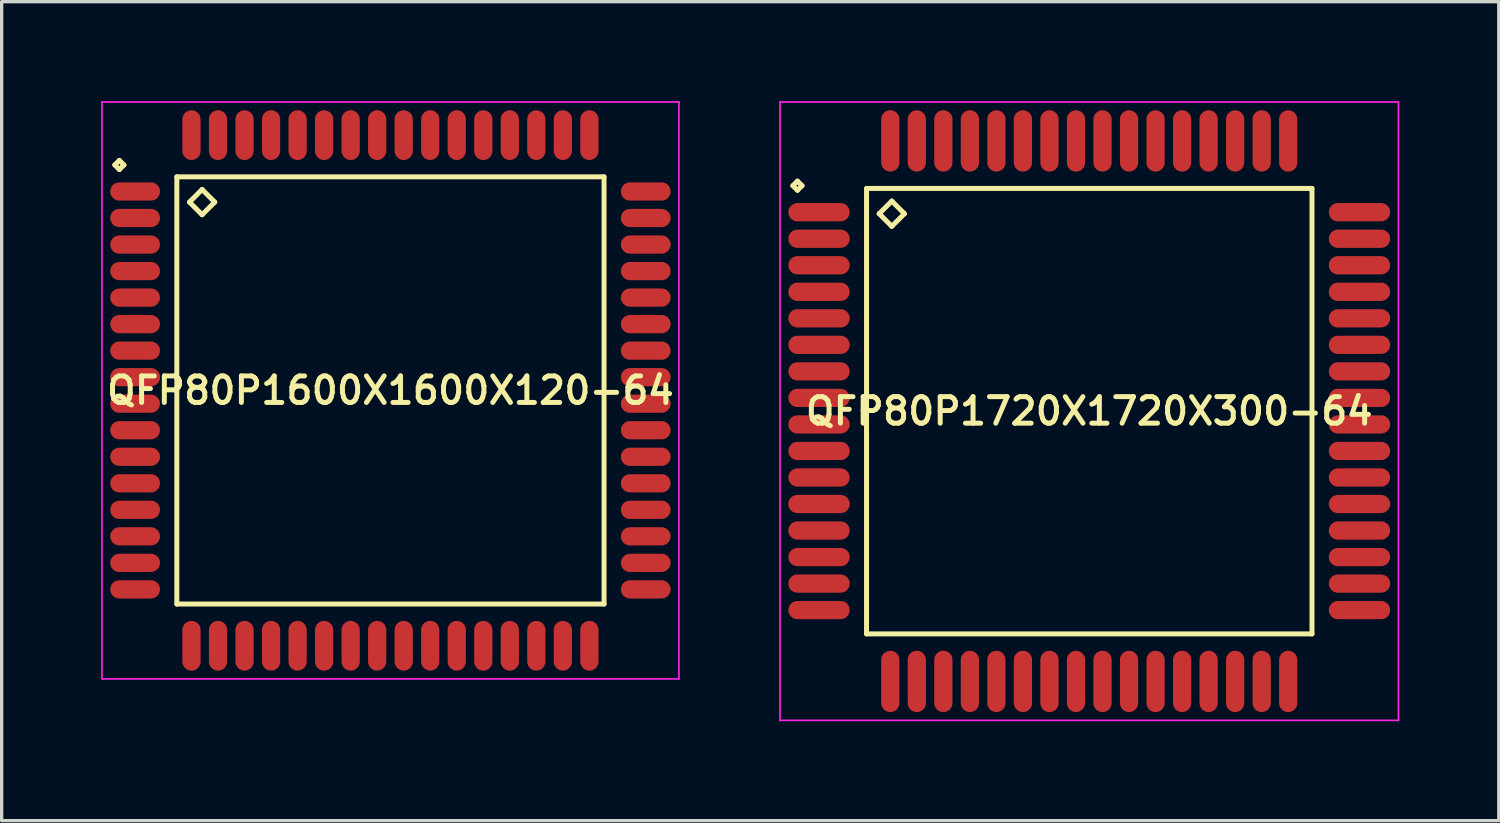
<source format=kicad_pcb>
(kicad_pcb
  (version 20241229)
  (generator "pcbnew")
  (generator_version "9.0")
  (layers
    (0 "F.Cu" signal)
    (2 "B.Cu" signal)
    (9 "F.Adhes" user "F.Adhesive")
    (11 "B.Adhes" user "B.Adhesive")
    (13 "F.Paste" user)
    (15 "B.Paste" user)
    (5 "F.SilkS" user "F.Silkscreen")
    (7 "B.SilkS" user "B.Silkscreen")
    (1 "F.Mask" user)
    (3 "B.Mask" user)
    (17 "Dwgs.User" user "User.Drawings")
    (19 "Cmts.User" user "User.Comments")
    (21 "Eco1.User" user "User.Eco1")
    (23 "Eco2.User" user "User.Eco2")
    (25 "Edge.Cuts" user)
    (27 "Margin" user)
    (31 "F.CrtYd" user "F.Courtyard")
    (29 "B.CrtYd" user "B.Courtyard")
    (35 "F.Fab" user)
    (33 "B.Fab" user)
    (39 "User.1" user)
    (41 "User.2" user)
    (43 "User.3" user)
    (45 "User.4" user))
  (footprint "QFP80P1720X1720X300-64"
    (layer "F.Cu")
    (at 29.8 9.35)
    (property "Reference" "QFP80P1720X1720X300-64" (at 0 0 0) (layer "F.SilkS") (effects (font (size 0.8 0.8) (thickness 0.15))))
    (attr smd)
    (fp_line (start -8.938 -6.8) (end -8.8 -6.938) (stroke (width 0.15) (type solid)) (layer "F.SilkS"))
    (fp_line (start -8.8 -6.938) (end -8.662 -6.8) (stroke (width 0.15) (type solid)) (layer "F.SilkS"))
    (fp_line (start -8.8 -6.662) (end -8.938 -6.8) (stroke (width 0.15) (type solid)) (layer "F.SilkS"))
    (fp_line (start -8.662 -6.8) (end -8.8 -6.662) (stroke (width 0.15) (type solid)) (layer "F.SilkS"))
    (fp_line (start -6.717 -6.717) (end -6.717 6.717) (stroke (width 0.15) (type solid)) (layer "F.SilkS"))
    (fp_line (start -6.717 6.717) (end 6.717 6.717) (stroke (width 0.15) (type solid)) (layer "F.SilkS"))
    (fp_line (start -6.336 -5.955) (end -5.955 -6.336) (stroke (width 0.15) (type solid)) (layer "F.SilkS"))
    (fp_line (start -5.955 -6.336) (end -5.574 -5.955) (stroke (width 0.15) (type solid)) (layer "F.SilkS"))
    (fp_line (start -5.955 -5.574) (end -6.336 -5.955) (stroke (width 0.15) (type solid)) (layer "F.SilkS"))
    (fp_line (start -5.574 -5.955) (end -5.955 -5.574) (stroke (width 0.15) (type solid)) (layer "F.SilkS"))
    (fp_line (start 6.717 -6.717) (end -6.717 -6.717) (stroke (width 0.15) (type solid)) (layer "F.SilkS"))
    (fp_line (start 6.717 6.717) (end 6.717 -6.717) (stroke (width 0.15) (type solid)) (layer "F.SilkS"))
    (fp_line (start -9.325 -9.325) (end 9.325 -9.325) (stroke (width 0.05) (type solid)) (layer "F.CrtYd"))
    (fp_line (start -9.325 9.325) (end -9.325 -9.325) (stroke (width 0.05) (type solid)) (layer "F.CrtYd"))
    (fp_line (start 9.325 -9.325) (end 9.325 9.325) (stroke (width 0.05) (type solid)) (layer "F.CrtYd"))
    (fp_line (start 9.325 9.325) (end -9.325 9.325) (stroke (width 0.05) (type solid)) (layer "F.CrtYd"))
    (pad "1" smd oval (at -8.15 -6) (size 1.85 0.55) (layers "F.Cu" "F.Mask" "F.Paste"))
    (pad "2" smd oval (at -8.15 -5.2) (size 1.85 0.55) (layers "F.Cu" "F.Mask" "F.Paste"))
    (pad "3" smd oval (at -8.15 -4.4) (size 1.85 0.55) (layers "F.Cu" "F.Mask" "F.Paste"))
    (pad "4" smd oval (at -8.15 -3.6) (size 1.85 0.55) (layers "F.Cu" "F.Mask" "F.Paste"))
    (pad "5" smd oval (at -8.15 -2.8) (size 1.85 0.55) (layers "F.Cu" "F.Mask" "F.Paste"))
    (pad "6" smd oval (at -8.15 -2) (size 1.85 0.55) (layers "F.Cu" "F.Mask" "F.Paste"))
    (pad "7" smd oval (at -8.15 -1.2) (size 1.85 0.55) (layers "F.Cu" "F.Mask" "F.Paste"))
    (pad "8" smd oval (at -8.15 -0.4) (size 1.85 0.55) (layers "F.Cu" "F.Mask" "F.Paste"))
    (pad "9" smd oval (at -8.15 0.4) (size 1.85 0.55) (layers "F.Cu" "F.Mask" "F.Paste"))
    (pad "10" smd oval (at -8.15 1.2) (size 1.85 0.55) (layers "F.Cu" "F.Mask" "F.Paste"))
    (pad "11" smd oval (at -8.15 2) (size 1.85 0.55) (layers "F.Cu" "F.Mask" "F.Paste"))
    (pad "12" smd oval (at -8.15 2.8) (size 1.85 0.55) (layers "F.Cu" "F.Mask" "F.Paste"))
    (pad "13" smd oval (at -8.15 3.6) (size 1.85 0.55) (layers "F.Cu" "F.Mask" "F.Paste"))
    (pad "14" smd oval (at -8.15 4.4) (size 1.85 0.55) (layers "F.Cu" "F.Mask" "F.Paste"))
    (pad "15" smd oval (at -8.15 5.2) (size 1.85 0.55) (layers "F.Cu" "F.Mask" "F.Paste"))
    (pad "16" smd oval (at -8.15 6) (size 1.85 0.55) (layers "F.Cu" "F.Mask" "F.Paste"))
    (pad "17" smd oval (at -6 8.15) (size 0.55 1.85) (layers "F.Cu" "F.Mask" "F.Paste"))
    (pad "18" smd oval (at -5.2 8.15) (size 0.55 1.85) (layers "F.Cu" "F.Mask" "F.Paste"))
    (pad "19" smd oval (at -4.4 8.15) (size 0.55 1.85) (layers "F.Cu" "F.Mask" "F.Paste"))
    (pad "20" smd oval (at -3.6 8.15) (size 0.55 1.85) (layers "F.Cu" "F.Mask" "F.Paste"))
    (pad "21" smd oval (at -2.8 8.15) (size 0.55 1.85) (layers "F.Cu" "F.Mask" "F.Paste"))
    (pad "22" smd oval (at -2 8.15) (size 0.55 1.85) (layers "F.Cu" "F.Mask" "F.Paste"))
    (pad "23" smd oval (at -1.2 8.15) (size 0.55 1.85) (layers "F.Cu" "F.Mask" "F.Paste"))
    (pad "24" smd oval (at -0.4 8.15) (size 0.55 1.85) (layers "F.Cu" "F.Mask" "F.Paste"))
    (pad "25" smd oval (at 0.4 8.15) (size 0.55 1.85) (layers "F.Cu" "F.Mask" "F.Paste"))
    (pad "26" smd oval (at 1.2 8.15) (size 0.55 1.85) (layers "F.Cu" "F.Mask" "F.Paste"))
    (pad "27" smd oval (at 2 8.15) (size 0.55 1.85) (layers "F.Cu" "F.Mask" "F.Paste"))
    (pad "28" smd oval (at 2.8 8.15) (size 0.55 1.85) (layers "F.Cu" "F.Mask" "F.Paste"))
    (pad "29" smd oval (at 3.6 8.15) (size 0.55 1.85) (layers "F.Cu" "F.Mask" "F.Paste"))
    (pad "30" smd oval (at 4.4 8.15) (size 0.55 1.85) (layers "F.Cu" "F.Mask" "F.Paste"))
    (pad "31" smd oval (at 5.2 8.15) (size 0.55 1.85) (layers "F.Cu" "F.Mask" "F.Paste"))
    (pad "32" smd oval (at 6 8.15) (size 0.55 1.85) (layers "F.Cu" "F.Mask" "F.Paste"))
    (pad "33" smd oval (at 8.15 6) (size 1.85 0.55) (layers "F.Cu" "F.Mask" "F.Paste"))
    (pad "34" smd oval (at 8.15 5.2) (size 1.85 0.55) (layers "F.Cu" "F.Mask" "F.Paste"))
    (pad "35" smd oval (at 8.15 4.4) (size 1.85 0.55) (layers "F.Cu" "F.Mask" "F.Paste"))
    (pad "36" smd oval (at 8.15 3.6) (size 1.85 0.55) (layers "F.Cu" "F.Mask" "F.Paste"))
    (pad "37" smd oval (at 8.15 2.8) (size 1.85 0.55) (layers "F.Cu" "F.Mask" "F.Paste"))
    (pad "38" smd oval (at 8.15 2) (size 1.85 0.55) (layers "F.Cu" "F.Mask" "F.Paste"))
    (pad "39" smd oval (at 8.15 1.2) (size 1.85 0.55) (layers "F.Cu" "F.Mask" "F.Paste"))
    (pad "40" smd oval (at 8.15 0.4) (size 1.85 0.55) (layers "F.Cu" "F.Mask" "F.Paste"))
    (pad "41" smd oval (at 8.15 -0.4) (size 1.85 0.55) (layers "F.Cu" "F.Mask" "F.Paste"))
    (pad "42" smd oval (at 8.15 -1.2) (size 1.85 0.55) (layers "F.Cu" "F.Mask" "F.Paste"))
    (pad "43" smd oval (at 8.15 -2) (size 1.85 0.55) (layers "F.Cu" "F.Mask" "F.Paste"))
    (pad "44" smd oval (at 8.15 -2.8) (size 1.85 0.55) (layers "F.Cu" "F.Mask" "F.Paste"))
    (pad "45" smd oval (at 8.15 -3.6) (size 1.85 0.55) (layers "F.Cu" "F.Mask" "F.Paste"))
    (pad "46" smd oval (at 8.15 -4.4) (size 1.85 0.55) (layers "F.Cu" "F.Mask" "F.Paste"))
    (pad "47" smd oval (at 8.15 -5.2) (size 1.85 0.55) (layers "F.Cu" "F.Mask" "F.Paste"))
    (pad "48" smd oval (at 8.15 -6) (size 1.85 0.55) (layers "F.Cu" "F.Mask" "F.Paste"))
    (pad "49" smd oval (at 6 -8.15) (size 0.55 1.85) (layers "F.Cu" "F.Mask" "F.Paste"))
    (pad "50" smd oval (at 5.2 -8.15) (size 0.55 1.85) (layers "F.Cu" "F.Mask" "F.Paste"))
    (pad "51" smd oval (at 4.4 -8.15) (size 0.55 1.85) (layers "F.Cu" "F.Mask" "F.Paste"))
    (pad "52" smd oval (at 3.6 -8.15) (size 0.55 1.85) (layers "F.Cu" "F.Mask" "F.Paste"))
    (pad "53" smd oval (at 2.8 -8.15) (size 0.55 1.85) (layers "F.Cu" "F.Mask" "F.Paste"))
    (pad "54" smd oval (at 2 -8.15) (size 0.55 1.85) (layers "F.Cu" "F.Mask" "F.Paste"))
    (pad "55" smd oval (at 1.2 -8.15) (size 0.55 1.85) (layers "F.Cu" "F.Mask" "F.Paste"))
    (pad "56" smd oval (at 0.4 -8.15) (size 0.55 1.85) (layers "F.Cu" "F.Mask" "F.Paste"))
    (pad "57" smd oval (at -0.4 -8.15) (size 0.55 1.85) (layers "F.Cu" "F.Mask" "F.Paste"))
    (pad "58" smd oval (at -1.2 -8.15) (size 0.55 1.85) (layers "F.Cu" "F.Mask" "F.Paste"))
    (pad "59" smd oval (at -2 -8.15) (size 0.55 1.85) (layers "F.Cu" "F.Mask" "F.Paste"))
    (pad "60" smd oval (at -2.8 -8.15) (size 0.55 1.85) (layers "F.Cu" "F.Mask" "F.Paste"))
    (pad "61" smd oval (at -3.6 -8.15) (size 0.55 1.85) (layers "F.Cu" "F.Mask" "F.Paste"))
    (pad "62" smd oval (at -4.4 -8.15) (size 0.55 1.85) (layers "F.Cu" "F.Mask" "F.Paste"))
    (pad "63" smd oval (at -5.2 -8.15) (size 0.55 1.85) (layers "F.Cu" "F.Mask" "F.Paste"))
    (pad "64" smd oval (at -6 -8.15) (size 0.55 1.85) (layers "F.Cu" "F.Mask" "F.Paste")))
  (footprint "QFP80P1600X1600X120-64"
    (layer "F.Cu")
    (at 8.725 8.725)
    (property "Reference" "QFP80P1600X1600X120-64" (at 0 0 0) (layer "F.SilkS") (effects (font (size 0.8 0.8) (thickness 0.15))))
    (attr smd)
    (fp_line (start -8.312 -6.8) (end -8.175 -6.938) (stroke (width 0.15) (type solid)) (layer "F.SilkS"))
    (fp_line (start -8.175 -6.938) (end -8.037 -6.8) (stroke (width 0.15) (type solid)) (layer "F.SilkS"))
    (fp_line (start -8.175 -6.662) (end -8.312 -6.8) (stroke (width 0.15) (type solid)) (layer "F.SilkS"))
    (fp_line (start -8.037 -6.8) (end -8.175 -6.662) (stroke (width 0.15) (type solid)) (layer "F.SilkS"))
    (fp_line (start -6.442 -6.442) (end -6.442 6.442) (stroke (width 0.15) (type solid)) (layer "F.SilkS"))
    (fp_line (start -6.442 6.442) (end 6.442 6.442) (stroke (width 0.15) (type solid)) (layer "F.SilkS"))
    (fp_line (start -6.061 -5.68) (end -5.68 -6.061) (stroke (width 0.15) (type solid)) (layer "F.SilkS"))
    (fp_line (start -5.68 -6.061) (end -5.299 -5.68) (stroke (width 0.15) (type solid)) (layer "F.SilkS"))
    (fp_line (start -5.68 -5.299) (end -6.061 -5.68) (stroke (width 0.15) (type solid)) (layer "F.SilkS"))
    (fp_line (start -5.299 -5.68) (end -5.68 -5.299) (stroke (width 0.15) (type solid)) (layer "F.SilkS"))
    (fp_line (start 6.442 -6.442) (end -6.442 -6.442) (stroke (width 0.15) (type solid)) (layer "F.SilkS"))
    (fp_line (start 6.442 6.442) (end 6.442 -6.442) (stroke (width 0.15) (type solid)) (layer "F.SilkS"))
    (fp_line (start -8.7 -8.7) (end 8.7 -8.7) (stroke (width 0.05) (type solid)) (layer "F.CrtYd"))
    (fp_line (start -8.7 8.7) (end -8.7 -8.7) (stroke (width 0.05) (type solid)) (layer "F.CrtYd"))
    (fp_line (start 8.7 -8.7) (end 8.7 8.7) (stroke (width 0.05) (type solid)) (layer "F.CrtYd"))
    (fp_line (start 8.7 8.7) (end -8.7 8.7) (stroke (width 0.05) (type solid)) (layer "F.CrtYd"))
    (pad "1" smd oval (at -7.7 -6) (size 1.5 0.55) (layers "F.Cu" "F.Mask" "F.Paste"))
    (pad "2" smd oval (at -7.7 -5.2) (size 1.5 0.55) (layers "F.Cu" "F.Mask" "F.Paste"))
    (pad "3" smd oval (at -7.7 -4.4) (size 1.5 0.55) (layers "F.Cu" "F.Mask" "F.Paste"))
    (pad "4" smd oval (at -7.7 -3.6) (size 1.5 0.55) (layers "F.Cu" "F.Mask" "F.Paste"))
    (pad "5" smd oval (at -7.7 -2.8) (size 1.5 0.55) (layers "F.Cu" "F.Mask" "F.Paste"))
    (pad "6" smd oval (at -7.7 -2) (size 1.5 0.55) (layers "F.Cu" "F.Mask" "F.Paste"))
    (pad "7" smd oval (at -7.7 -1.2) (size 1.5 0.55) (layers "F.Cu" "F.Mask" "F.Paste"))
    (pad "8" smd oval (at -7.7 -0.4) (size 1.5 0.55) (layers "F.Cu" "F.Mask" "F.Paste"))
    (pad "9" smd oval (at -7.7 0.4) (size 1.5 0.55) (layers "F.Cu" "F.Mask" "F.Paste"))
    (pad "10" smd oval (at -7.7 1.2) (size 1.5 0.55) (layers "F.Cu" "F.Mask" "F.Paste"))
    (pad "11" smd oval (at -7.7 2) (size 1.5 0.55) (layers "F.Cu" "F.Mask" "F.Paste"))
    (pad "12" smd oval (at -7.7 2.8) (size 1.5 0.55) (layers "F.Cu" "F.Mask" "F.Paste"))
    (pad "13" smd oval (at -7.7 3.6) (size 1.5 0.55) (layers "F.Cu" "F.Mask" "F.Paste"))
    (pad "14" smd oval (at -7.7 4.4) (size 1.5 0.55) (layers "F.Cu" "F.Mask" "F.Paste"))
    (pad "15" smd oval (at -7.7 5.2) (size 1.5 0.55) (layers "F.Cu" "F.Mask" "F.Paste"))
    (pad "16" smd oval (at -7.7 6) (size 1.5 0.55) (layers "F.Cu" "F.Mask" "F.Paste"))
    (pad "17" smd oval (at -6 7.7) (size 0.55 1.5) (layers "F.Cu" "F.Mask" "F.Paste"))
    (pad "18" smd oval (at -5.2 7.7) (size 0.55 1.5) (layers "F.Cu" "F.Mask" "F.Paste"))
    (pad "19" smd oval (at -4.4 7.7) (size 0.55 1.5) (layers "F.Cu" "F.Mask" "F.Paste"))
    (pad "20" smd oval (at -3.6 7.7) (size 0.55 1.5) (layers "F.Cu" "F.Mask" "F.Paste"))
    (pad "21" smd oval (at -2.8 7.7) (size 0.55 1.5) (layers "F.Cu" "F.Mask" "F.Paste"))
    (pad "22" smd oval (at -2 7.7) (size 0.55 1.5) (layers "F.Cu" "F.Mask" "F.Paste"))
    (pad "23" smd oval (at -1.2 7.7) (size 0.55 1.5) (layers "F.Cu" "F.Mask" "F.Paste"))
    (pad "24" smd oval (at -0.4 7.7) (size 0.55 1.5) (layers "F.Cu" "F.Mask" "F.Paste"))
    (pad "25" smd oval (at 0.4 7.7) (size 0.55 1.5) (layers "F.Cu" "F.Mask" "F.Paste"))
    (pad "26" smd oval (at 1.2 7.7) (size 0.55 1.5) (layers "F.Cu" "F.Mask" "F.Paste"))
    (pad "27" smd oval (at 2 7.7) (size 0.55 1.5) (layers "F.Cu" "F.Mask" "F.Paste"))
    (pad "28" smd oval (at 2.8 7.7) (size 0.55 1.5) (layers "F.Cu" "F.Mask" "F.Paste"))
    (pad "29" smd oval (at 3.6 7.7) (size 0.55 1.5) (layers "F.Cu" "F.Mask" "F.Paste"))
    (pad "30" smd oval (at 4.4 7.7) (size 0.55 1.5) (layers "F.Cu" "F.Mask" "F.Paste"))
    (pad "31" smd oval (at 5.2 7.7) (size 0.55 1.5) (layers "F.Cu" "F.Mask" "F.Paste"))
    (pad "32" smd oval (at 6 7.7) (size 0.55 1.5) (layers "F.Cu" "F.Mask" "F.Paste"))
    (pad "33" smd oval (at 7.7 6) (size 1.5 0.55) (layers "F.Cu" "F.Mask" "F.Paste"))
    (pad "34" smd oval (at 7.7 5.2) (size 1.5 0.55) (layers "F.Cu" "F.Mask" "F.Paste"))
    (pad "35" smd oval (at 7.7 4.4) (size 1.5 0.55) (layers "F.Cu" "F.Mask" "F.Paste"))
    (pad "36" smd oval (at 7.7 3.6) (size 1.5 0.55) (layers "F.Cu" "F.Mask" "F.Paste"))
    (pad "37" smd oval (at 7.7 2.8) (size 1.5 0.55) (layers "F.Cu" "F.Mask" "F.Paste"))
    (pad "38" smd oval (at 7.7 2) (size 1.5 0.55) (layers "F.Cu" "F.Mask" "F.Paste"))
    (pad "39" smd oval (at 7.7 1.2) (size 1.5 0.55) (layers "F.Cu" "F.Mask" "F.Paste"))
    (pad "40" smd oval (at 7.7 0.4) (size 1.5 0.55) (layers "F.Cu" "F.Mask" "F.Paste"))
    (pad "41" smd oval (at 7.7 -0.4) (size 1.5 0.55) (layers "F.Cu" "F.Mask" "F.Paste"))
    (pad "42" smd oval (at 7.7 -1.2) (size 1.5 0.55) (layers "F.Cu" "F.Mask" "F.Paste"))
    (pad "43" smd oval (at 7.7 -2) (size 1.5 0.55) (layers "F.Cu" "F.Mask" "F.Paste"))
    (pad "44" smd oval (at 7.7 -2.8) (size 1.5 0.55) (layers "F.Cu" "F.Mask" "F.Paste"))
    (pad "45" smd oval (at 7.7 -3.6) (size 1.5 0.55) (layers "F.Cu" "F.Mask" "F.Paste"))
    (pad "46" smd oval (at 7.7 -4.4) (size 1.5 0.55) (layers "F.Cu" "F.Mask" "F.Paste"))
    (pad "47" smd oval (at 7.7 -5.2) (size 1.5 0.55) (layers "F.Cu" "F.Mask" "F.Paste"))
    (pad "48" smd oval (at 7.7 -6) (size 1.5 0.55) (layers "F.Cu" "F.Mask" "F.Paste"))
    (pad "49" smd oval (at 6 -7.7) (size 0.55 1.5) (layers "F.Cu" "F.Mask" "F.Paste"))
    (pad "50" smd oval (at 5.2 -7.7) (size 0.55 1.5) (layers "F.Cu" "F.Mask" "F.Paste"))
    (pad "51" smd oval (at 4.4 -7.7) (size 0.55 1.5) (layers "F.Cu" "F.Mask" "F.Paste"))
    (pad "52" smd oval (at 3.6 -7.7) (size 0.55 1.5) (layers "F.Cu" "F.Mask" "F.Paste"))
    (pad "53" smd oval (at 2.8 -7.7) (size 0.55 1.5) (layers "F.Cu" "F.Mask" "F.Paste"))
    (pad "54" smd oval (at 2 -7.7) (size 0.55 1.5) (layers "F.Cu" "F.Mask" "F.Paste"))
    (pad "55" smd oval (at 1.2 -7.7) (size 0.55 1.5) (layers "F.Cu" "F.Mask" "F.Paste"))
    (pad "56" smd oval (at 0.4 -7.7) (size 0.55 1.5) (layers "F.Cu" "F.Mask" "F.Paste"))
    (pad "57" smd oval (at -0.4 -7.7) (size 0.55 1.5) (layers "F.Cu" "F.Mask" "F.Paste"))
    (pad "58" smd oval (at -1.2 -7.7) (size 0.55 1.5) (layers "F.Cu" "F.Mask" "F.Paste"))
    (pad "59" smd oval (at -2 -7.7) (size 0.55 1.5) (layers "F.Cu" "F.Mask" "F.Paste"))
    (pad "60" smd oval (at -2.8 -7.7) (size 0.55 1.5) (layers "F.Cu" "F.Mask" "F.Paste"))
    (pad "61" smd oval (at -3.6 -7.7) (size 0.55 1.5) (layers "F.Cu" "F.Mask" "F.Paste"))
    (pad "62" smd oval (at -4.4 -7.7) (size 0.55 1.5) (layers "F.Cu" "F.Mask" "F.Paste"))
    (pad "63" smd oval (at -5.2 -7.7) (size 0.55 1.5) (layers "F.Cu" "F.Mask" "F.Paste"))
    (pad "64" smd oval (at -6 -7.7) (size 0.55 1.5) (layers "F.Cu" "F.Mask" "F.Paste")))
  (gr_rect
    (start -3 -3)
    (end 42.15 21.7)
    (stroke (width 0.1) (type default))
    (fill no)
    (layer "Edge.Cuts")))
</source>
